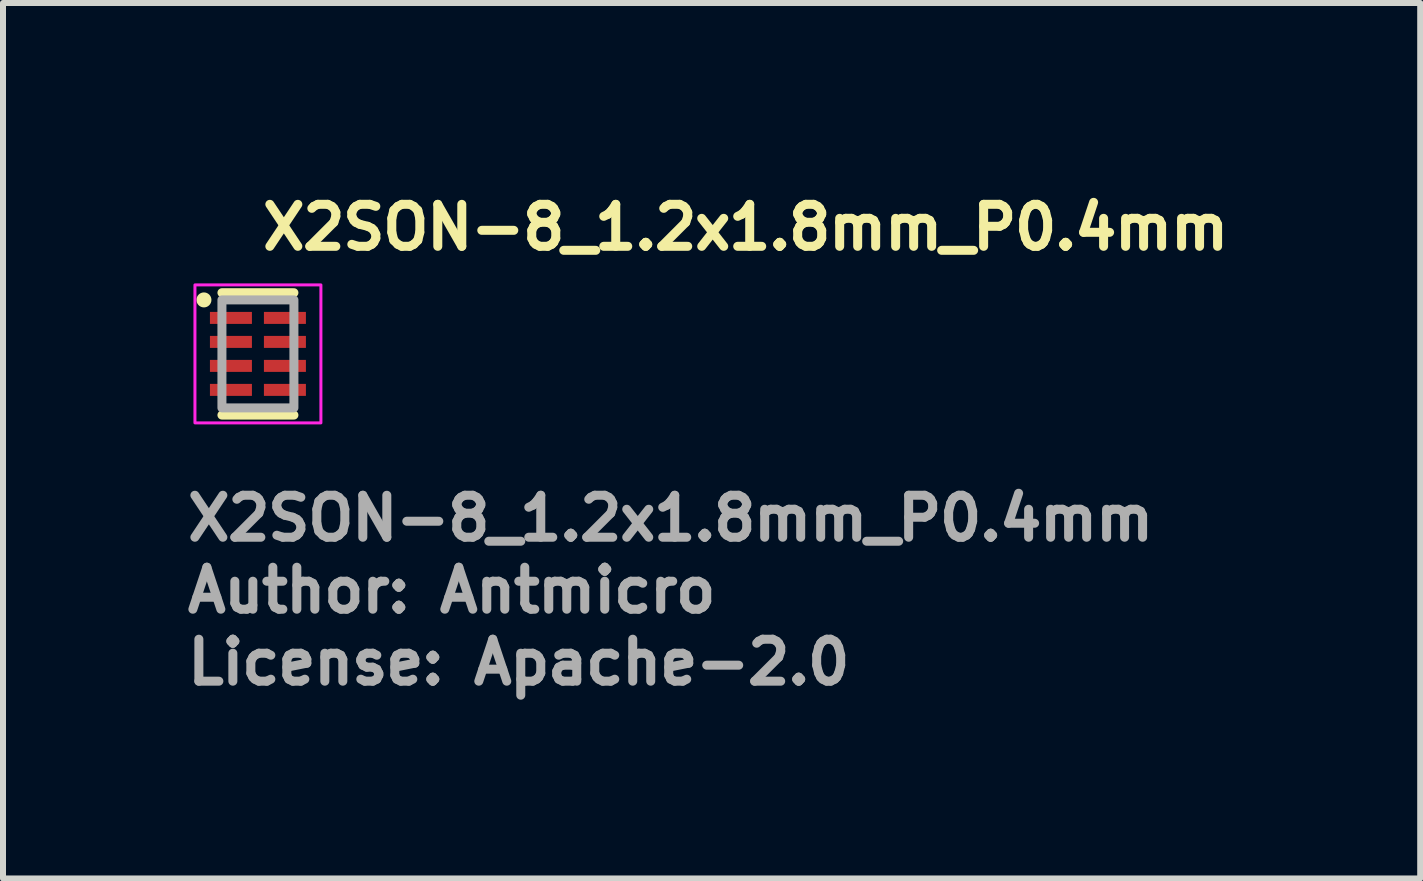
<source format=kicad_pcb>
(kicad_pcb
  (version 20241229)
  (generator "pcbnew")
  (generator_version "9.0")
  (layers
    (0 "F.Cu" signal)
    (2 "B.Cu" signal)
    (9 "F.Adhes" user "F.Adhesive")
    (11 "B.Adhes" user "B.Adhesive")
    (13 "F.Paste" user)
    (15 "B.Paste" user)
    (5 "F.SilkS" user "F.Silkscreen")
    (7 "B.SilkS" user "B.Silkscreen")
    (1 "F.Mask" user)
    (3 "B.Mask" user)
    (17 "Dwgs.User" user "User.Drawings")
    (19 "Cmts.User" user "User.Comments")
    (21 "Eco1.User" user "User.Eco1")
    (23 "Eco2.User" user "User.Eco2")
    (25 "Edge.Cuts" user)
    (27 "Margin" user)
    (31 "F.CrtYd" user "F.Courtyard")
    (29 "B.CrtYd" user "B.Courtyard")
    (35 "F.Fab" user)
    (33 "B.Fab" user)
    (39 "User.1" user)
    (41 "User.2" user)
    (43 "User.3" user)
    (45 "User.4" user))
  (footprint "X2SON-8_1.2x1.8mm_P0.4mm"
    (layer "F.Cu")
    (at 1.25 2.85)
    (property "Reference" "X2SON-8_1.2x1.8mm_P0.4mm" (at 0 -1.7 0) (layer "F.SilkS") (effects (font (size 0.7 0.7) (thickness 0.15)) (justify left bottom)))
    (attr smd)
    (fp_line (start -0.6 -1.02) (end 0.6 -1.02) (stroke (width 0.15) (type solid)) (layer "F.SilkS"))
    (fp_line (start -0.6 1.02) (end 0.6 1.02) (stroke (width 0.15) (type solid)) (layer "F.SilkS"))
    (fp_circle (center -0.9 -0.9) (end -0.85 -0.9) (stroke (width 0.15) (type solid)) (fill yes) (layer "F.SilkS"))
    (fp_rect (start -1.05 -1.15) (end 1.05 1.15) (stroke (width 0.05) (type solid)) (fill no) (layer "F.CrtYd"))
    (fp_rect (start -0.6 -0.9) (end 0.6 0.9) (stroke (width 0.15) (type default)) (fill no) (layer "F.Fab"))
    (fp_rect (start -0.6 -0.9) (end 0.6 0.9) (stroke (width 0.1) (type solid)) (fill no) (layer "User.5"))
    (fp_rect (start -0.6 -0.9) (end 0.6 0.9) (stroke (width 0.02) (type default)) (fill no) (layer "User.9"))
    (fp_circle (center -0.43 -0.675) (end -0.352 -0.675) (stroke (width 0.02) (type default)) (fill no) (layer "User.9"))
    (fp_text user "Author: Antmicro" (at -1.25 4.35 0) (layer "F.Fab") (effects (font (size 0.7 0.7) (thickness 0.15)) (justify left bottom)))
    (fp_text user "${REFERENCE}" (at -1.25 3.15 0) (layer "F.Fab") (effects (font (size 0.7 0.7) (thickness 0.15)) (justify left bottom)))
    (fp_text user "License: Apache-2.0" (at -1.25 5.55 0) (layer "F.Fab") (effects (font (size 0.7 0.7) (thickness 0.15)) (justify left bottom)))
    (pad "1" smd rect (at -0.45 -0.6) (size 0.7 0.2) (layers "F.Cu" "F.Paste"))
    (pad "2" smd rect (at -0.45 -0.2) (size 0.7 0.2) (layers "F.Cu" "F.Paste"))
    (pad "3" smd rect (at -0.45 0.2) (size 0.7 0.2) (layers "F.Cu" "F.Paste"))
    (pad "4" smd rect (at -0.45 0.6) (size 0.7 0.2) (layers "F.Cu" "F.Paste"))
    (pad "5" smd rect (at 0.45 0.6) (size 0.7 0.2) (layers "F.Cu" "F.Paste"))
    (pad "6" smd rect (at 0.45 0.2) (size 0.7 0.2) (layers "F.Cu" "F.Paste"))
    (pad "7" smd rect (at 0.45 -0.2) (size 0.7 0.2) (layers "F.Cu" "F.Paste"))
    (pad "8" smd rect (at 0.45 -0.6) (size 0.7 0.2) (layers "F.Cu" "F.Paste")))
  (gr_rect
    (start -3 -3)
    (end 20.627 11.595)
    (stroke (width 0.1) (type default))
    (fill no)
    (layer "Edge.Cuts")))
</source>
